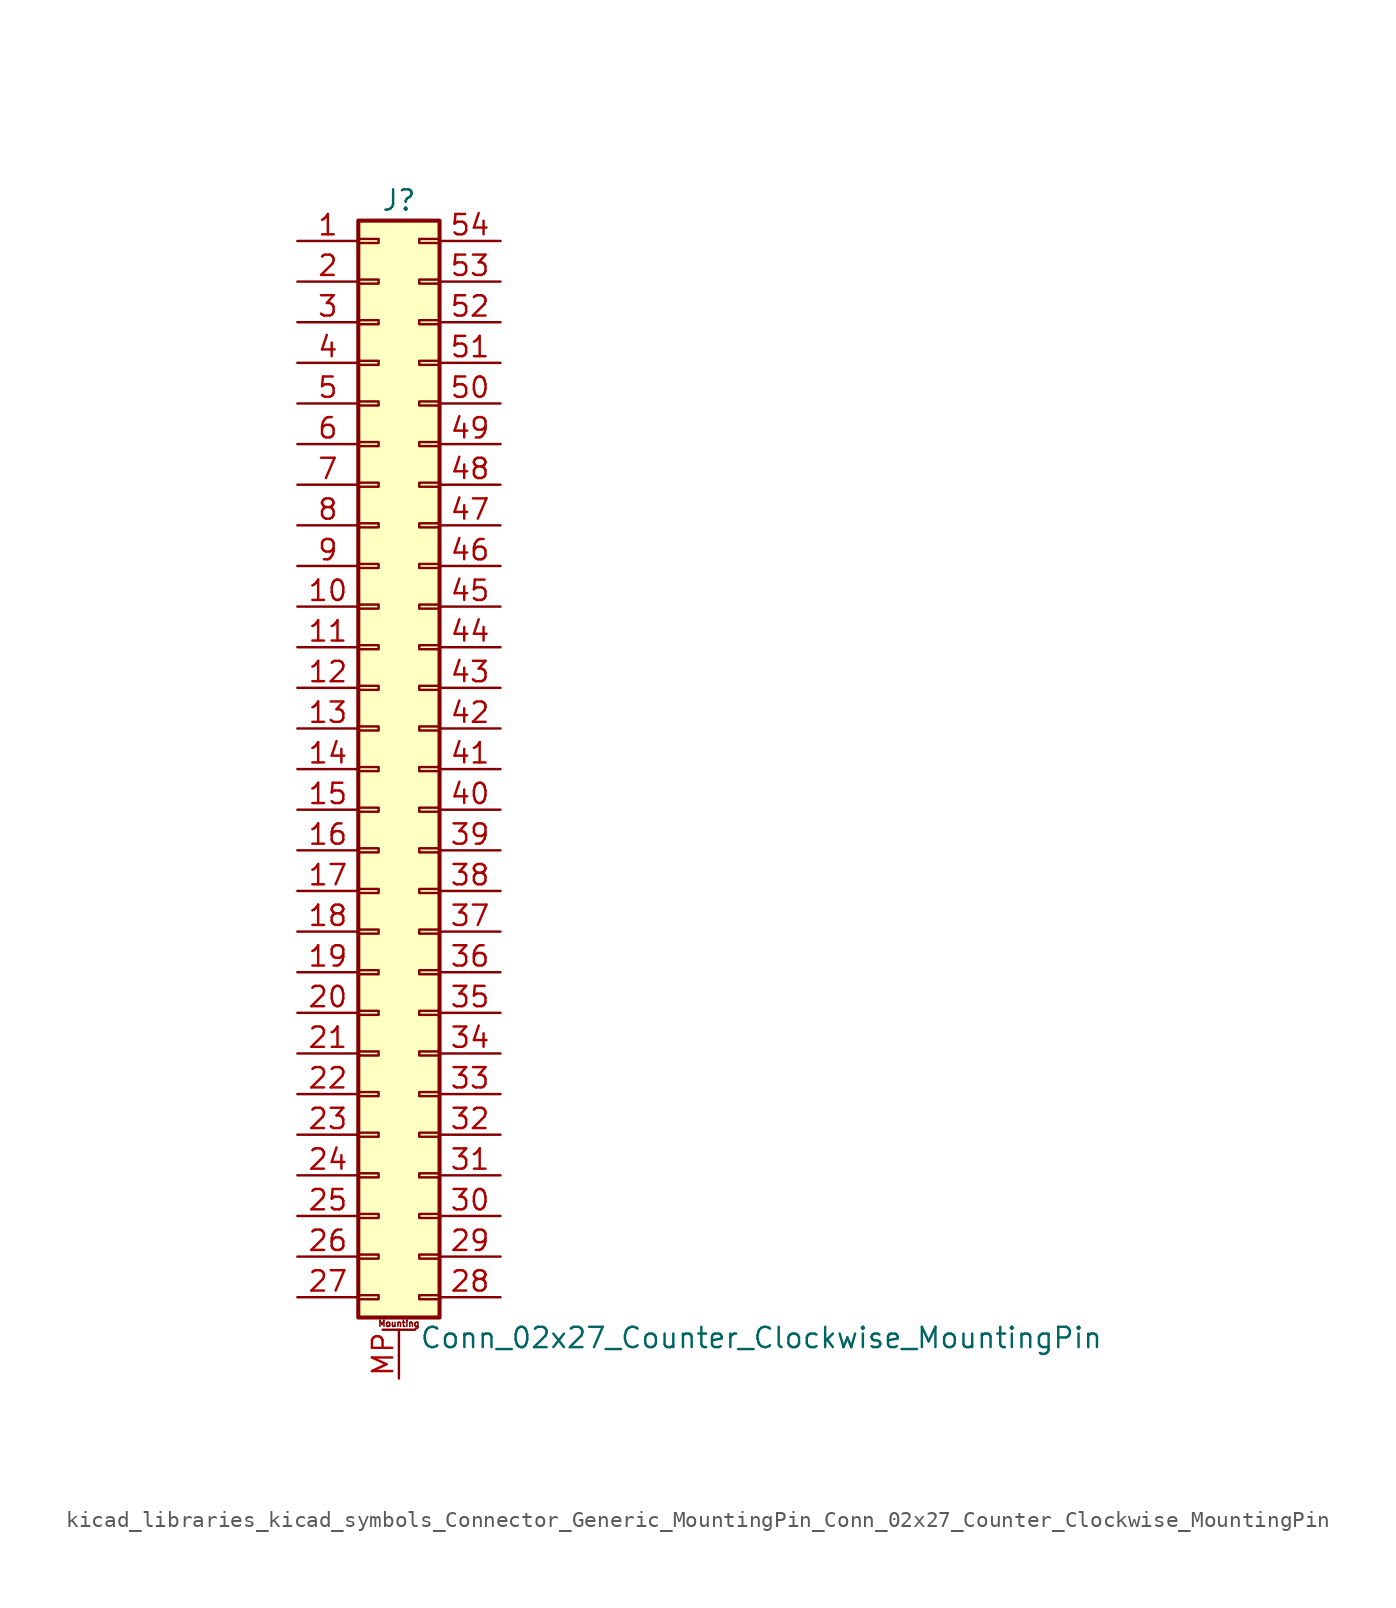
<source format=kicad_sym>
(kicad_symbol_lib
  (version 20220914)
  (generator kicad_symbol_editor)
  (symbol "kicad_libraries_kicad_symbols_Connector_Generic_MountingPin_Conn_02x27_Counter_Clockwise_MountingPin"
    (pin_names
      (offset 1.016) hide)
    (property "Reference" "J"
      (at 1.27 35.56 0)
      (effects (font (size 1.27 1.27))))
    (property "Value" "Conn_02x27_Counter_Clockwise_MountingPin"
      (at 2.54 -35.56 0)
      (effects (font (size 1.27 1.27)) (justify left)))
    (symbol "kicad_libraries_kicad_symbols_Connector_Generic_MountingPin_Conn_02x27_Counter_Clockwise_MountingPin_1_1"
      (rectangle (start -1.27 -32.893) (end 0 -33.147) (stroke (width 0.152) (type default)) (fill (type none)))
      (rectangle (start -1.27 -30.353) (end 0 -30.607) (stroke (width 0.152) (type default)) (fill (type none)))
      (rectangle (start -1.27 -27.813) (end 0 -28.067) (stroke (width 0.152) (type default)) (fill (type none)))
      (rectangle (start -1.27 -25.273) (end 0 -25.527) (stroke (width 0.152) (type default)) (fill (type none)))
      (rectangle (start -1.27 -22.733) (end 0 -22.987) (stroke (width 0.152) (type default)) (fill (type none)))
      (rectangle (start -1.27 -20.193) (end 0 -20.447) (stroke (width 0.152) (type default)) (fill (type none)))
      (rectangle (start -1.27 -17.653) (end 0 -17.907) (stroke (width 0.152) (type default)) (fill (type none)))
      (rectangle (start -1.27 -15.113) (end 0 -15.367) (stroke (width 0.152) (type default)) (fill (type none)))
      (rectangle (start -1.27 -12.573) (end 0 -12.827) (stroke (width 0.152) (type default)) (fill (type none)))
      (rectangle (start -1.27 -10.033) (end 0 -10.287) (stroke (width 0.152) (type default)) (fill (type none)))
      (rectangle (start -1.27 -7.493) (end 0 -7.747) (stroke (width 0.152) (type default)) (fill (type none)))
      (rectangle (start -1.27 -4.953) (end 0 -5.207) (stroke (width 0.152) (type default)) (fill (type none)))
      (rectangle (start -1.27 -2.413) (end 0 -2.667) (stroke (width 0.152) (type default)) (fill (type none)))
      (rectangle (start -1.27 0.127) (end 0 -0.127) (stroke (width 0.152) (type default)) (fill (type none)))
      (rectangle (start -1.27 2.667) (end 0 2.413) (stroke (width 0.152) (type default)) (fill (type none)))
      (rectangle (start -1.27 5.207) (end 0 4.953) (stroke (width 0.152) (type default)) (fill (type none)))
      (rectangle (start -1.27 7.747) (end 0 7.493) (stroke (width 0.152) (type default)) (fill (type none)))
      (rectangle (start -1.27 10.287) (end 0 10.033) (stroke (width 0.152) (type default)) (fill (type none)))
      (rectangle (start -1.27 12.827) (end 0 12.573) (stroke (width 0.152) (type default)) (fill (type none)))
      (rectangle (start -1.27 15.367) (end 0 15.113) (stroke (width 0.152) (type default)) (fill (type none)))
      (rectangle (start -1.27 17.907) (end 0 17.653) (stroke (width 0.152) (type default)) (fill (type none)))
      (rectangle (start -1.27 20.447) (end 0 20.193) (stroke (width 0.152) (type default)) (fill (type none)))
      (rectangle (start -1.27 22.987) (end 0 22.733) (stroke (width 0.152) (type default)) (fill (type none)))
      (rectangle (start -1.27 25.527) (end 0 25.273) (stroke (width 0.152) (type default)) (fill (type none)))
      (rectangle (start -1.27 28.067) (end 0 27.813) (stroke (width 0.152) (type default)) (fill (type none)))
      (rectangle (start -1.27 30.607) (end 0 30.353) (stroke (width 0.152) (type default)) (fill (type none)))
      (rectangle (start -1.27 33.147) (end 0 32.893) (stroke (width 0.152) (type default)) (fill (type none)))
      (rectangle (start -1.27 34.29) (end 3.81 -34.29) (stroke (width 0.254) (type default)) (fill (type background)))
      (polyline (pts (xy 0.254 -35.052) (xy 2.286 -35.052)) (stroke (width 0.152) (type default)) (fill (type none)))
      (rectangle (start 3.81 -32.893) (end 2.54 -33.147) (stroke (width 0.152) (type default)) (fill (type none)))
      (rectangle (start 3.81 -30.353) (end 2.54 -30.607) (stroke (width 0.152) (type default)) (fill (type none)))
      (rectangle (start 3.81 -27.813) (end 2.54 -28.067) (stroke (width 0.152) (type default)) (fill (type none)))
      (rectangle (start 3.81 -25.273) (end 2.54 -25.527) (stroke (width 0.152) (type default)) (fill (type none)))
      (rectangle (start 3.81 -22.733) (end 2.54 -22.987) (stroke (width 0.152) (type default)) (fill (type none)))
      (rectangle (start 3.81 -20.193) (end 2.54 -20.447) (stroke (width 0.152) (type default)) (fill (type none)))
      (rectangle (start 3.81 -17.653) (end 2.54 -17.907) (stroke (width 0.152) (type default)) (fill (type none)))
      (rectangle (start 3.81 -15.113) (end 2.54 -15.367) (stroke (width 0.152) (type default)) (fill (type none)))
      (rectangle (start 3.81 -12.573) (end 2.54 -12.827) (stroke (width 0.152) (type default)) (fill (type none)))
      (rectangle (start 3.81 -10.033) (end 2.54 -10.287) (stroke (width 0.152) (type default)) (fill (type none)))
      (rectangle (start 3.81 -7.493) (end 2.54 -7.747) (stroke (width 0.152) (type default)) (fill (type none)))
      (rectangle (start 3.81 -4.953) (end 2.54 -5.207) (stroke (width 0.152) (type default)) (fill (type none)))
      (rectangle (start 3.81 -2.413) (end 2.54 -2.667) (stroke (width 0.152) (type default)) (fill (type none)))
      (rectangle (start 3.81 0.127) (end 2.54 -0.127) (stroke (width 0.152) (type default)) (fill (type none)))
      (rectangle (start 3.81 2.667) (end 2.54 2.413) (stroke (width 0.152) (type default)) (fill (type none)))
      (rectangle (start 3.81 5.207) (end 2.54 4.953) (stroke (width 0.152) (type default)) (fill (type none)))
      (rectangle (start 3.81 7.747) (end 2.54 7.493) (stroke (width 0.152) (type default)) (fill (type none)))
      (rectangle (start 3.81 10.287) (end 2.54 10.033) (stroke (width 0.152) (type default)) (fill (type none)))
      (rectangle (start 3.81 12.827) (end 2.54 12.573) (stroke (width 0.152) (type default)) (fill (type none)))
      (rectangle (start 3.81 15.367) (end 2.54 15.113) (stroke (width 0.152) (type default)) (fill (type none)))
      (rectangle (start 3.81 17.907) (end 2.54 17.653) (stroke (width 0.152) (type default)) (fill (type none)))
      (rectangle (start 3.81 20.447) (end 2.54 20.193) (stroke (width 0.152) (type default)) (fill (type none)))
      (rectangle (start 3.81 22.987) (end 2.54 22.733) (stroke (width 0.152) (type default)) (fill (type none)))
      (rectangle (start 3.81 25.527) (end 2.54 25.273) (stroke (width 0.152) (type default)) (fill (type none)))
      (rectangle (start 3.81 28.067) (end 2.54 27.813) (stroke (width 0.152) (type default)) (fill (type none)))
      (rectangle (start 3.81 30.607) (end 2.54 30.353) (stroke (width 0.152) (type default)) (fill (type none)))
      (rectangle (start 3.81 33.147) (end 2.54 32.893) (stroke (width 0.152) (type default)) (fill (type none)))
      (text "Mounting" (at 1.27 -34.671 0) (effects (font (size 0.381 0.381))))
      (pin passive line (at -5.08 33.02 0) (length 3.81) (name "Pin_1" (effects (font (size 1.27 1.27)))) (number "1" (effects (font (size 1.27 1.27)))))
      (pin passive line (at -5.08 10.16 0) (length 3.81) (name "Pin_10" (effects (font (size 1.27 1.27)))) (number "10" (effects (font (size 1.27 1.27)))))
      (pin passive line (at -5.08 7.62 0) (length 3.81) (name "Pin_11" (effects (font (size 1.27 1.27)))) (number "11" (effects (font (size 1.27 1.27)))))
      (pin passive line (at -5.08 5.08 0) (length 3.81) (name "Pin_12" (effects (font (size 1.27 1.27)))) (number "12" (effects (font (size 1.27 1.27)))))
      (pin passive line (at -5.08 2.54 0) (length 3.81) (name "Pin_13" (effects (font (size 1.27 1.27)))) (number "13" (effects (font (size 1.27 1.27)))))
      (pin passive line (at -5.08 0 0) (length 3.81) (name "Pin_14" (effects (font (size 1.27 1.27)))) (number "14" (effects (font (size 1.27 1.27)))))
      (pin passive line (at -5.08 -2.54 0) (length 3.81) (name "Pin_15" (effects (font (size 1.27 1.27)))) (number "15" (effects (font (size 1.27 1.27)))))
      (pin passive line (at -5.08 -5.08 0) (length 3.81) (name "Pin_16" (effects (font (size 1.27 1.27)))) (number "16" (effects (font (size 1.27 1.27)))))
      (pin passive line (at -5.08 -7.62 0) (length 3.81) (name "Pin_17" (effects (font (size 1.27 1.27)))) (number "17" (effects (font (size 1.27 1.27)))))
      (pin passive line (at -5.08 -10.16 0) (length 3.81) (name "Pin_18" (effects (font (size 1.27 1.27)))) (number "18" (effects (font (size 1.27 1.27)))))
      (pin passive line (at -5.08 -12.7 0) (length 3.81) (name "Pin_19" (effects (font (size 1.27 1.27)))) (number "19" (effects (font (size 1.27 1.27)))))
      (pin passive line (at -5.08 30.48 0) (length 3.81) (name "Pin_2" (effects (font (size 1.27 1.27)))) (number "2" (effects (font (size 1.27 1.27)))))
      (pin passive line (at -5.08 -15.24 0) (length 3.81) (name "Pin_20" (effects (font (size 1.27 1.27)))) (number "20" (effects (font (size 1.27 1.27)))))
      (pin passive line (at -5.08 -17.78 0) (length 3.81) (name "Pin_21" (effects (font (size 1.27 1.27)))) (number "21" (effects (font (size 1.27 1.27)))))
      (pin passive line (at -5.08 -20.32 0) (length 3.81) (name "Pin_22" (effects (font (size 1.27 1.27)))) (number "22" (effects (font (size 1.27 1.27)))))
      (pin passive line (at -5.08 -22.86 0) (length 3.81) (name "Pin_23" (effects (font (size 1.27 1.27)))) (number "23" (effects (font (size 1.27 1.27)))))
      (pin passive line (at -5.08 -25.4 0) (length 3.81) (name "Pin_24" (effects (font (size 1.27 1.27)))) (number "24" (effects (font (size 1.27 1.27)))))
      (pin passive line (at -5.08 -27.94 0) (length 3.81) (name "Pin_25" (effects (font (size 1.27 1.27)))) (number "25" (effects (font (size 1.27 1.27)))))
      (pin passive line (at -5.08 -30.48 0) (length 3.81) (name "Pin_26" (effects (font (size 1.27 1.27)))) (number "26" (effects (font (size 1.27 1.27)))))
      (pin passive line (at -5.08 -33.02 0) (length 3.81) (name "Pin_27" (effects (font (size 1.27 1.27)))) (number "27" (effects (font (size 1.27 1.27)))))
      (pin passive line (at 7.62 -33.02 180) (length 3.81) (name "Pin_28" (effects (font (size 1.27 1.27)))) (number "28" (effects (font (size 1.27 1.27)))))
      (pin passive line (at 7.62 -30.48 180) (length 3.81) (name "Pin_29" (effects (font (size 1.27 1.27)))) (number "29" (effects (font (size 1.27 1.27)))))
      (pin passive line (at -5.08 27.94 0) (length 3.81) (name "Pin_3" (effects (font (size 1.27 1.27)))) (number "3" (effects (font (size 1.27 1.27)))))
      (pin passive line (at 7.62 -27.94 180) (length 3.81) (name "Pin_30" (effects (font (size 1.27 1.27)))) (number "30" (effects (font (size 1.27 1.27)))))
      (pin passive line (at 7.62 -25.4 180) (length 3.81) (name "Pin_31" (effects (font (size 1.27 1.27)))) (number "31" (effects (font (size 1.27 1.27)))))
      (pin passive line (at 7.62 -22.86 180) (length 3.81) (name "Pin_32" (effects (font (size 1.27 1.27)))) (number "32" (effects (font (size 1.27 1.27)))))
      (pin passive line (at 7.62 -20.32 180) (length 3.81) (name "Pin_33" (effects (font (size 1.27 1.27)))) (number "33" (effects (font (size 1.27 1.27)))))
      (pin passive line (at 7.62 -17.78 180) (length 3.81) (name "Pin_34" (effects (font (size 1.27 1.27)))) (number "34" (effects (font (size 1.27 1.27)))))
      (pin passive line (at 7.62 -15.24 180) (length 3.81) (name "Pin_35" (effects (font (size 1.27 1.27)))) (number "35" (effects (font (size 1.27 1.27)))))
      (pin passive line (at 7.62 -12.7 180) (length 3.81) (name "Pin_36" (effects (font (size 1.27 1.27)))) (number "36" (effects (font (size 1.27 1.27)))))
      (pin passive line (at 7.62 -10.16 180) (length 3.81) (name "Pin_37" (effects (font (size 1.27 1.27)))) (number "37" (effects (font (size 1.27 1.27)))))
      (pin passive line (at 7.62 -7.62 180) (length 3.81) (name "Pin_38" (effects (font (size 1.27 1.27)))) (number "38" (effects (font (size 1.27 1.27)))))
      (pin passive line (at 7.62 -5.08 180) (length 3.81) (name "Pin_39" (effects (font (size 1.27 1.27)))) (number "39" (effects (font (size 1.27 1.27)))))
      (pin passive line (at -5.08 25.4 0) (length 3.81) (name "Pin_4" (effects (font (size 1.27 1.27)))) (number "4" (effects (font (size 1.27 1.27)))))
      (pin passive line (at 7.62 -2.54 180) (length 3.81) (name "Pin_40" (effects (font (size 1.27 1.27)))) (number "40" (effects (font (size 1.27 1.27)))))
      (pin passive line (at 7.62 0 180) (length 3.81) (name "Pin_41" (effects (font (size 1.27 1.27)))) (number "41" (effects (font (size 1.27 1.27)))))
      (pin passive line (at 7.62 2.54 180) (length 3.81) (name "Pin_42" (effects (font (size 1.27 1.27)))) (number "42" (effects (font (size 1.27 1.27)))))
      (pin passive line (at 7.62 5.08 180) (length 3.81) (name "Pin_43" (effects (font (size 1.27 1.27)))) (number "43" (effects (font (size 1.27 1.27)))))
      (pin passive line (at 7.62 7.62 180) (length 3.81) (name "Pin_44" (effects (font (size 1.27 1.27)))) (number "44" (effects (font (size 1.27 1.27)))))
      (pin passive line (at 7.62 10.16 180) (length 3.81) (name "Pin_45" (effects (font (size 1.27 1.27)))) (number "45" (effects (font (size 1.27 1.27)))))
      (pin passive line (at 7.62 12.7 180) (length 3.81) (name "Pin_46" (effects (font (size 1.27 1.27)))) (number "46" (effects (font (size 1.27 1.27)))))
      (pin passive line (at 7.62 15.24 180) (length 3.81) (name "Pin_47" (effects (font (size 1.27 1.27)))) (number "47" (effects (font (size 1.27 1.27)))))
      (pin passive line (at 7.62 17.78 180) (length 3.81) (name "Pin_48" (effects (font (size 1.27 1.27)))) (number "48" (effects (font (size 1.27 1.27)))))
      (pin passive line (at 7.62 20.32 180) (length 3.81) (name "Pin_49" (effects (font (size 1.27 1.27)))) (number "49" (effects (font (size 1.27 1.27)))))
      (pin passive line (at -5.08 22.86 0) (length 3.81) (name "Pin_5" (effects (font (size 1.27 1.27)))) (number "5" (effects (font (size 1.27 1.27)))))
      (pin passive line (at 7.62 22.86 180) (length 3.81) (name "Pin_50" (effects (font (size 1.27 1.27)))) (number "50" (effects (font (size 1.27 1.27)))))
      (pin passive line (at 7.62 25.4 180) (length 3.81) (name "Pin_51" (effects (font (size 1.27 1.27)))) (number "51" (effects (font (size 1.27 1.27)))))
      (pin passive line (at 7.62 27.94 180) (length 3.81) (name "Pin_52" (effects (font (size 1.27 1.27)))) (number "52" (effects (font (size 1.27 1.27)))))
      (pin passive line (at 7.62 30.48 180) (length 3.81) (name "Pin_53" (effects (font (size 1.27 1.27)))) (number "53" (effects (font (size 1.27 1.27)))))
      (pin passive line (at 7.62 33.02 180) (length 3.81) (name "Pin_54" (effects (font (size 1.27 1.27)))) (number "54" (effects (font (size 1.27 1.27)))))
      (pin passive line (at -5.08 20.32 0) (length 3.81) (name "Pin_6" (effects (font (size 1.27 1.27)))) (number "6" (effects (font (size 1.27 1.27)))))
      (pin passive line (at -5.08 17.78 0) (length 3.81) (name "Pin_7" (effects (font (size 1.27 1.27)))) (number "7" (effects (font (size 1.27 1.27)))))
      (pin passive line (at -5.08 15.24 0) (length 3.81) (name "Pin_8" (effects (font (size 1.27 1.27)))) (number "8" (effects (font (size 1.27 1.27)))))
      (pin passive line (at -5.08 12.7 0) (length 3.81) (name "Pin_9" (effects (font (size 1.27 1.27)))) (number "9" (effects (font (size 1.27 1.27)))))
      (pin passive line (at 1.27 -38.1 90) (length 3.048) (name "MountPin" (effects (font (size 1.27 1.27)))) (number "MP" (effects (font (size 1.27 1.27))))))))
</source>
